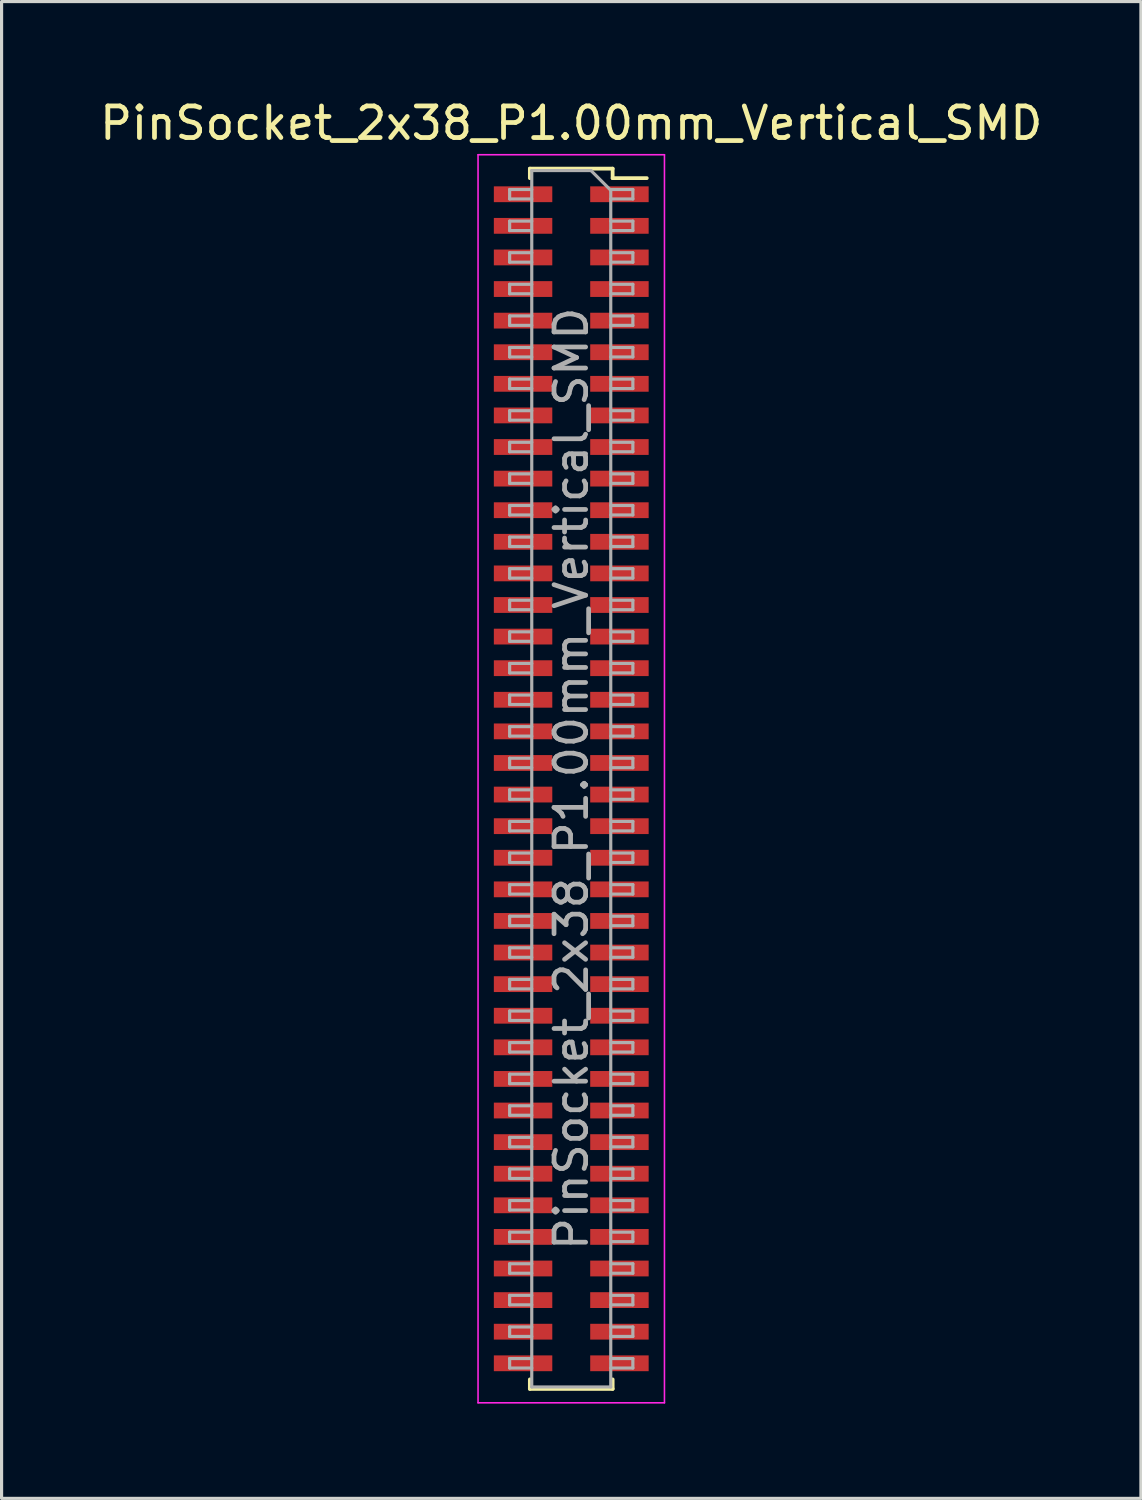
<source format=kicad_pcb>
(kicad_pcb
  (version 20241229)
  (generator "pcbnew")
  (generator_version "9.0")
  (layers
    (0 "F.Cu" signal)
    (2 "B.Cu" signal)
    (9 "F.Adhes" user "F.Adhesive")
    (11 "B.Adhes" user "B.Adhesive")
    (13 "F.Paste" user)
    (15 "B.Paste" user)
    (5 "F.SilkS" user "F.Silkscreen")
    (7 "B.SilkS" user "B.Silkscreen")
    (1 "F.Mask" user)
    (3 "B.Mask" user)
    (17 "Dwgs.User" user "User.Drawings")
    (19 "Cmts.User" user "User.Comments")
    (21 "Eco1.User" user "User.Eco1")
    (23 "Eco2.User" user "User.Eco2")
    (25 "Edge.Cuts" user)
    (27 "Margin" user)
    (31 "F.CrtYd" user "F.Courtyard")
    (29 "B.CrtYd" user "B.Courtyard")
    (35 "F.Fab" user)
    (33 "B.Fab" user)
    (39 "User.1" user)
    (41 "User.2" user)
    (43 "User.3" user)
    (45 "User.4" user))
  (footprint "PinSocket_2x38_P1.00mm_Vertical_SMD"
    (layer "F.Cu")
    (at 15.03 21.598)
    (property "Reference" "PinSocket_2x38_P1.00mm_Vertical_SMD" (at 0 -20.75 0) (layer "F.SilkS") (effects (font (size 1 1) (thickness 0.15))))
    (attr smd)
    (fp_line (start -1.31 -19.31) (end -1.31 -19.01) (stroke (width 0.12) (type solid)) (layer "F.SilkS"))
    (fp_line (start -1.31 -19.31) (end 1.31 -19.31) (stroke (width 0.12) (type solid)) (layer "F.SilkS"))
    (fp_line (start -1.31 19.01) (end -1.31 19.31) (stroke (width 0.12) (type solid)) (layer "F.SilkS"))
    (fp_line (start -1.31 19.31) (end 1.31 19.31) (stroke (width 0.12) (type solid)) (layer "F.SilkS"))
    (fp_line (start 1.31 -19.31) (end 1.31 -19.01) (stroke (width 0.12) (type solid)) (layer "F.SilkS"))
    (fp_line (start 1.31 -19.01) (end 2.39 -19.01) (stroke (width 0.12) (type solid)) (layer "F.SilkS"))
    (fp_line (start 1.31 19.01) (end 1.31 19.31) (stroke (width 0.12) (type solid)) (layer "F.SilkS"))
    (fp_line (start -2.95 -19.75) (end 2.95 -19.75) (stroke (width 0.05) (type solid)) (layer "F.CrtYd"))
    (fp_line (start -2.95 19.75) (end -2.95 -19.75) (stroke (width 0.05) (type solid)) (layer "F.CrtYd"))
    (fp_line (start 2.95 -19.75) (end 2.95 19.75) (stroke (width 0.05) (type solid)) (layer "F.CrtYd"))
    (fp_line (start 2.95 19.75) (end -2.95 19.75) (stroke (width 0.05) (type solid)) (layer "F.CrtYd"))
    (fp_line (start -1.95 -18.65) (end -1.25 -18.65) (stroke (width 0.1) (type solid)) (layer "F.Fab"))
    (fp_line (start -1.95 -18.35) (end -1.95 -18.65) (stroke (width 0.1) (type solid)) (layer "F.Fab"))
    (fp_line (start -1.95 -17.65) (end -1.25 -17.65) (stroke (width 0.1) (type solid)) (layer "F.Fab"))
    (fp_line (start -1.95 -17.35) (end -1.95 -17.65) (stroke (width 0.1) (type solid)) (layer "F.Fab"))
    (fp_line (start -1.95 -16.65) (end -1.25 -16.65) (stroke (width 0.1) (type solid)) (layer "F.Fab"))
    (fp_line (start -1.95 -16.35) (end -1.95 -16.65) (stroke (width 0.1) (type solid)) (layer "F.Fab"))
    (fp_line (start -1.95 -15.65) (end -1.25 -15.65) (stroke (width 0.1) (type solid)) (layer "F.Fab"))
    (fp_line (start -1.95 -15.35) (end -1.95 -15.65) (stroke (width 0.1) (type solid)) (layer "F.Fab"))
    (fp_line (start -1.95 -14.65) (end -1.25 -14.65) (stroke (width 0.1) (type solid)) (layer "F.Fab"))
    (fp_line (start -1.95 -14.35) (end -1.95 -14.65) (stroke (width 0.1) (type solid)) (layer "F.Fab"))
    (fp_line (start -1.95 -13.65) (end -1.25 -13.65) (stroke (width 0.1) (type solid)) (layer "F.Fab"))
    (fp_line (start -1.95 -13.35) (end -1.95 -13.65) (stroke (width 0.1) (type solid)) (layer "F.Fab"))
    (fp_line (start -1.95 -12.65) (end -1.25 -12.65) (stroke (width 0.1) (type solid)) (layer "F.Fab"))
    (fp_line (start -1.95 -12.35) (end -1.95 -12.65) (stroke (width 0.1) (type solid)) (layer "F.Fab"))
    (fp_line (start -1.95 -11.65) (end -1.25 -11.65) (stroke (width 0.1) (type solid)) (layer "F.Fab"))
    (fp_line (start -1.95 -11.35) (end -1.95 -11.65) (stroke (width 0.1) (type solid)) (layer "F.Fab"))
    (fp_line (start -1.95 -10.65) (end -1.25 -10.65) (stroke (width 0.1) (type solid)) (layer "F.Fab"))
    (fp_line (start -1.95 -10.35) (end -1.95 -10.65) (stroke (width 0.1) (type solid)) (layer "F.Fab"))
    (fp_line (start -1.95 -9.65) (end -1.25 -9.65) (stroke (width 0.1) (type solid)) (layer "F.Fab"))
    (fp_line (start -1.95 -9.35) (end -1.95 -9.65) (stroke (width 0.1) (type solid)) (layer "F.Fab"))
    (fp_line (start -1.95 -8.65) (end -1.25 -8.65) (stroke (width 0.1) (type solid)) (layer "F.Fab"))
    (fp_line (start -1.95 -8.35) (end -1.95 -8.65) (stroke (width 0.1) (type solid)) (layer "F.Fab"))
    (fp_line (start -1.95 -7.65) (end -1.25 -7.65) (stroke (width 0.1) (type solid)) (layer "F.Fab"))
    (fp_line (start -1.95 -7.35) (end -1.95 -7.65) (stroke (width 0.1) (type solid)) (layer "F.Fab"))
    (fp_line (start -1.95 -6.65) (end -1.25 -6.65) (stroke (width 0.1) (type solid)) (layer "F.Fab"))
    (fp_line (start -1.95 -6.35) (end -1.95 -6.65) (stroke (width 0.1) (type solid)) (layer "F.Fab"))
    (fp_line (start -1.95 -5.65) (end -1.25 -5.65) (stroke (width 0.1) (type solid)) (layer "F.Fab"))
    (fp_line (start -1.95 -5.35) (end -1.95 -5.65) (stroke (width 0.1) (type solid)) (layer "F.Fab"))
    (fp_line (start -1.95 -4.65) (end -1.25 -4.65) (stroke (width 0.1) (type solid)) (layer "F.Fab"))
    (fp_line (start -1.95 -4.35) (end -1.95 -4.65) (stroke (width 0.1) (type solid)) (layer "F.Fab"))
    (fp_line (start -1.95 -3.65) (end -1.25 -3.65) (stroke (width 0.1) (type solid)) (layer "F.Fab"))
    (fp_line (start -1.95 -3.35) (end -1.95 -3.65) (stroke (width 0.1) (type solid)) (layer "F.Fab"))
    (fp_line (start -1.95 -2.65) (end -1.25 -2.65) (stroke (width 0.1) (type solid)) (layer "F.Fab"))
    (fp_line (start -1.95 -2.35) (end -1.95 -2.65) (stroke (width 0.1) (type solid)) (layer "F.Fab"))
    (fp_line (start -1.95 -1.65) (end -1.25 -1.65) (stroke (width 0.1) (type solid)) (layer "F.Fab"))
    (fp_line (start -1.95 -1.35) (end -1.95 -1.65) (stroke (width 0.1) (type solid)) (layer "F.Fab"))
    (fp_line (start -1.95 -0.65) (end -1.25 -0.65) (stroke (width 0.1) (type solid)) (layer "F.Fab"))
    (fp_line (start -1.95 -0.35) (end -1.95 -0.65) (stroke (width 0.1) (type solid)) (layer "F.Fab"))
    (fp_line (start -1.95 0.35) (end -1.25 0.35) (stroke (width 0.1) (type solid)) (layer "F.Fab"))
    (fp_line (start -1.95 0.65) (end -1.95 0.35) (stroke (width 0.1) (type solid)) (layer "F.Fab"))
    (fp_line (start -1.95 1.35) (end -1.25 1.35) (stroke (width 0.1) (type solid)) (layer "F.Fab"))
    (fp_line (start -1.95 1.65) (end -1.95 1.35) (stroke (width 0.1) (type solid)) (layer "F.Fab"))
    (fp_line (start -1.95 2.35) (end -1.25 2.35) (stroke (width 0.1) (type solid)) (layer "F.Fab"))
    (fp_line (start -1.95 2.65) (end -1.95 2.35) (stroke (width 0.1) (type solid)) (layer "F.Fab"))
    (fp_line (start -1.95 3.35) (end -1.25 3.35) (stroke (width 0.1) (type solid)) (layer "F.Fab"))
    (fp_line (start -1.95 3.65) (end -1.95 3.35) (stroke (width 0.1) (type solid)) (layer "F.Fab"))
    (fp_line (start -1.95 4.35) (end -1.25 4.35) (stroke (width 0.1) (type solid)) (layer "F.Fab"))
    (fp_line (start -1.95 4.65) (end -1.95 4.35) (stroke (width 0.1) (type solid)) (layer "F.Fab"))
    (fp_line (start -1.95 5.35) (end -1.25 5.35) (stroke (width 0.1) (type solid)) (layer "F.Fab"))
    (fp_line (start -1.95 5.65) (end -1.95 5.35) (stroke (width 0.1) (type solid)) (layer "F.Fab"))
    (fp_line (start -1.95 6.35) (end -1.25 6.35) (stroke (width 0.1) (type solid)) (layer "F.Fab"))
    (fp_line (start -1.95 6.65) (end -1.95 6.35) (stroke (width 0.1) (type solid)) (layer "F.Fab"))
    (fp_line (start -1.95 7.35) (end -1.25 7.35) (stroke (width 0.1) (type solid)) (layer "F.Fab"))
    (fp_line (start -1.95 7.65) (end -1.95 7.35) (stroke (width 0.1) (type solid)) (layer "F.Fab"))
    (fp_line (start -1.95 8.35) (end -1.25 8.35) (stroke (width 0.1) (type solid)) (layer "F.Fab"))
    (fp_line (start -1.95 8.65) (end -1.95 8.35) (stroke (width 0.1) (type solid)) (layer "F.Fab"))
    (fp_line (start -1.95 9.35) (end -1.25 9.35) (stroke (width 0.1) (type solid)) (layer "F.Fab"))
    (fp_line (start -1.95 9.65) (end -1.95 9.35) (stroke (width 0.1) (type solid)) (layer "F.Fab"))
    (fp_line (start -1.95 10.35) (end -1.25 10.35) (stroke (width 0.1) (type solid)) (layer "F.Fab"))
    (fp_line (start -1.95 10.65) (end -1.95 10.35) (stroke (width 0.1) (type solid)) (layer "F.Fab"))
    (fp_line (start -1.95 11.35) (end -1.25 11.35) (stroke (width 0.1) (type solid)) (layer "F.Fab"))
    (fp_line (start -1.95 11.65) (end -1.95 11.35) (stroke (width 0.1) (type solid)) (layer "F.Fab"))
    (fp_line (start -1.95 12.35) (end -1.25 12.35) (stroke (width 0.1) (type solid)) (layer "F.Fab"))
    (fp_line (start -1.95 12.65) (end -1.95 12.35) (stroke (width 0.1) (type solid)) (layer "F.Fab"))
    (fp_line (start -1.95 13.35) (end -1.25 13.35) (stroke (width 0.1) (type solid)) (layer "F.Fab"))
    (fp_line (start -1.95 13.65) (end -1.95 13.35) (stroke (width 0.1) (type solid)) (layer "F.Fab"))
    (fp_line (start -1.95 14.35) (end -1.25 14.35) (stroke (width 0.1) (type solid)) (layer "F.Fab"))
    (fp_line (start -1.95 14.65) (end -1.95 14.35) (stroke (width 0.1) (type solid)) (layer "F.Fab"))
    (fp_line (start -1.95 15.35) (end -1.25 15.35) (stroke (width 0.1) (type solid)) (layer "F.Fab"))
    (fp_line (start -1.95 15.65) (end -1.95 15.35) (stroke (width 0.1) (type solid)) (layer "F.Fab"))
    (fp_line (start -1.95 16.35) (end -1.25 16.35) (stroke (width 0.1) (type solid)) (layer "F.Fab"))
    (fp_line (start -1.95 16.65) (end -1.95 16.35) (stroke (width 0.1) (type solid)) (layer "F.Fab"))
    (fp_line (start -1.95 17.35) (end -1.25 17.35) (stroke (width 0.1) (type solid)) (layer "F.Fab"))
    (fp_line (start -1.95 17.65) (end -1.95 17.35) (stroke (width 0.1) (type solid)) (layer "F.Fab"))
    (fp_line (start -1.95 18.35) (end -1.25 18.35) (stroke (width 0.1) (type solid)) (layer "F.Fab"))
    (fp_line (start -1.95 18.65) (end -1.95 18.35) (stroke (width 0.1) (type solid)) (layer "F.Fab"))
    (fp_line (start -1.25 -19.25) (end 0.625 -19.25) (stroke (width 0.1) (type solid)) (layer "F.Fab"))
    (fp_line (start -1.25 -18.35) (end -1.95 -18.35) (stroke (width 0.1) (type solid)) (layer "F.Fab"))
    (fp_line (start -1.25 -17.35) (end -1.95 -17.35) (stroke (width 0.1) (type solid)) (layer "F.Fab"))
    (fp_line (start -1.25 -16.35) (end -1.95 -16.35) (stroke (width 0.1) (type solid)) (layer "F.Fab"))
    (fp_line (start -1.25 -15.35) (end -1.95 -15.35) (stroke (width 0.1) (type solid)) (layer "F.Fab"))
    (fp_line (start -1.25 -14.35) (end -1.95 -14.35) (stroke (width 0.1) (type solid)) (layer "F.Fab"))
    (fp_line (start -1.25 -13.35) (end -1.95 -13.35) (stroke (width 0.1) (type solid)) (layer "F.Fab"))
    (fp_line (start -1.25 -12.35) (end -1.95 -12.35) (stroke (width 0.1) (type solid)) (layer "F.Fab"))
    (fp_line (start -1.25 -11.35) (end -1.95 -11.35) (stroke (width 0.1) (type solid)) (layer "F.Fab"))
    (fp_line (start -1.25 -10.35) (end -1.95 -10.35) (stroke (width 0.1) (type solid)) (layer "F.Fab"))
    (fp_line (start -1.25 -9.35) (end -1.95 -9.35) (stroke (width 0.1) (type solid)) (layer "F.Fab"))
    (fp_line (start -1.25 -8.35) (end -1.95 -8.35) (stroke (width 0.1) (type solid)) (layer "F.Fab"))
    (fp_line (start -1.25 -7.35) (end -1.95 -7.35) (stroke (width 0.1) (type solid)) (layer "F.Fab"))
    (fp_line (start -1.25 -6.35) (end -1.95 -6.35) (stroke (width 0.1) (type solid)) (layer "F.Fab"))
    (fp_line (start -1.25 -5.35) (end -1.95 -5.35) (stroke (width 0.1) (type solid)) (layer "F.Fab"))
    (fp_line (start -1.25 -4.35) (end -1.95 -4.35) (stroke (width 0.1) (type solid)) (layer "F.Fab"))
    (fp_line (start -1.25 -3.35) (end -1.95 -3.35) (stroke (width 0.1) (type solid)) (layer "F.Fab"))
    (fp_line (start -1.25 -2.35) (end -1.95 -2.35) (stroke (width 0.1) (type solid)) (layer "F.Fab"))
    (fp_line (start -1.25 -1.35) (end -1.95 -1.35) (stroke (width 0.1) (type solid)) (layer "F.Fab"))
    (fp_line (start -1.25 -0.35) (end -1.95 -0.35) (stroke (width 0.1) (type solid)) (layer "F.Fab"))
    (fp_line (start -1.25 0.65) (end -1.95 0.65) (stroke (width 0.1) (type solid)) (layer "F.Fab"))
    (fp_line (start -1.25 1.65) (end -1.95 1.65) (stroke (width 0.1) (type solid)) (layer "F.Fab"))
    (fp_line (start -1.25 2.65) (end -1.95 2.65) (stroke (width 0.1) (type solid)) (layer "F.Fab"))
    (fp_line (start -1.25 3.65) (end -1.95 3.65) (stroke (width 0.1) (type solid)) (layer "F.Fab"))
    (fp_line (start -1.25 4.65) (end -1.95 4.65) (stroke (width 0.1) (type solid)) (layer "F.Fab"))
    (fp_line (start -1.25 5.65) (end -1.95 5.65) (stroke (width 0.1) (type solid)) (layer "F.Fab"))
    (fp_line (start -1.25 6.65) (end -1.95 6.65) (stroke (width 0.1) (type solid)) (layer "F.Fab"))
    (fp_line (start -1.25 7.65) (end -1.95 7.65) (stroke (width 0.1) (type solid)) (layer "F.Fab"))
    (fp_line (start -1.25 8.65) (end -1.95 8.65) (stroke (width 0.1) (type solid)) (layer "F.Fab"))
    (fp_line (start -1.25 9.65) (end -1.95 9.65) (stroke (width 0.1) (type solid)) (layer "F.Fab"))
    (fp_line (start -1.25 10.65) (end -1.95 10.65) (stroke (width 0.1) (type solid)) (layer "F.Fab"))
    (fp_line (start -1.25 11.65) (end -1.95 11.65) (stroke (width 0.1) (type solid)) (layer "F.Fab"))
    (fp_line (start -1.25 12.65) (end -1.95 12.65) (stroke (width 0.1) (type solid)) (layer "F.Fab"))
    (fp_line (start -1.25 13.65) (end -1.95 13.65) (stroke (width 0.1) (type solid)) (layer "F.Fab"))
    (fp_line (start -1.25 14.65) (end -1.95 14.65) (stroke (width 0.1) (type solid)) (layer "F.Fab"))
    (fp_line (start -1.25 15.65) (end -1.95 15.65) (stroke (width 0.1) (type solid)) (layer "F.Fab"))
    (fp_line (start -1.25 16.65) (end -1.95 16.65) (stroke (width 0.1) (type solid)) (layer "F.Fab"))
    (fp_line (start -1.25 17.65) (end -1.95 17.65) (stroke (width 0.1) (type solid)) (layer "F.Fab"))
    (fp_line (start -1.25 18.65) (end -1.95 18.65) (stroke (width 0.1) (type solid)) (layer "F.Fab"))
    (fp_line (start -1.25 19.25) (end -1.25 -19.25) (stroke (width 0.1) (type solid)) (layer "F.Fab"))
    (fp_line (start 0.625 -19.25) (end 1.25 -18.625) (stroke (width 0.1) (type solid)) (layer "F.Fab"))
    (fp_line (start 1.25 -18.65) (end 1.95 -18.65) (stroke (width 0.1) (type solid)) (layer "F.Fab"))
    (fp_line (start 1.25 -18.625) (end 1.25 19.25) (stroke (width 0.1) (type solid)) (layer "F.Fab"))
    (fp_line (start 1.25 -17.65) (end 1.95 -17.65) (stroke (width 0.1) (type solid)) (layer "F.Fab"))
    (fp_line (start 1.25 -16.65) (end 1.95 -16.65) (stroke (width 0.1) (type solid)) (layer "F.Fab"))
    (fp_line (start 1.25 -15.65) (end 1.95 -15.65) (stroke (width 0.1) (type solid)) (layer "F.Fab"))
    (fp_line (start 1.25 -14.65) (end 1.95 -14.65) (stroke (width 0.1) (type solid)) (layer "F.Fab"))
    (fp_line (start 1.25 -13.65) (end 1.95 -13.65) (stroke (width 0.1) (type solid)) (layer "F.Fab"))
    (fp_line (start 1.25 -12.65) (end 1.95 -12.65) (stroke (width 0.1) (type solid)) (layer "F.Fab"))
    (fp_line (start 1.25 -11.65) (end 1.95 -11.65) (stroke (width 0.1) (type solid)) (layer "F.Fab"))
    (fp_line (start 1.25 -10.65) (end 1.95 -10.65) (stroke (width 0.1) (type solid)) (layer "F.Fab"))
    (fp_line (start 1.25 -9.65) (end 1.95 -9.65) (stroke (width 0.1) (type solid)) (layer "F.Fab"))
    (fp_line (start 1.25 -8.65) (end 1.95 -8.65) (stroke (width 0.1) (type solid)) (layer "F.Fab"))
    (fp_line (start 1.25 -7.65) (end 1.95 -7.65) (stroke (width 0.1) (type solid)) (layer "F.Fab"))
    (fp_line (start 1.25 -6.65) (end 1.95 -6.65) (stroke (width 0.1) (type solid)) (layer "F.Fab"))
    (fp_line (start 1.25 -5.65) (end 1.95 -5.65) (stroke (width 0.1) (type solid)) (layer "F.Fab"))
    (fp_line (start 1.25 -4.65) (end 1.95 -4.65) (stroke (width 0.1) (type solid)) (layer "F.Fab"))
    (fp_line (start 1.25 -3.65) (end 1.95 -3.65) (stroke (width 0.1) (type solid)) (layer "F.Fab"))
    (fp_line (start 1.25 -2.65) (end 1.95 -2.65) (stroke (width 0.1) (type solid)) (layer "F.Fab"))
    (fp_line (start 1.25 -1.65) (end 1.95 -1.65) (stroke (width 0.1) (type solid)) (layer "F.Fab"))
    (fp_line (start 1.25 -0.65) (end 1.95 -0.65) (stroke (width 0.1) (type solid)) (layer "F.Fab"))
    (fp_line (start 1.25 0.35) (end 1.95 0.35) (stroke (width 0.1) (type solid)) (layer "F.Fab"))
    (fp_line (start 1.25 1.35) (end 1.95 1.35) (stroke (width 0.1) (type solid)) (layer "F.Fab"))
    (fp_line (start 1.25 2.35) (end 1.95 2.35) (stroke (width 0.1) (type solid)) (layer "F.Fab"))
    (fp_line (start 1.25 3.35) (end 1.95 3.35) (stroke (width 0.1) (type solid)) (layer "F.Fab"))
    (fp_line (start 1.25 4.35) (end 1.95 4.35) (stroke (width 0.1) (type solid)) (layer "F.Fab"))
    (fp_line (start 1.25 5.35) (end 1.95 5.35) (stroke (width 0.1) (type solid)) (layer "F.Fab"))
    (fp_line (start 1.25 6.35) (end 1.95 6.35) (stroke (width 0.1) (type solid)) (layer "F.Fab"))
    (fp_line (start 1.25 7.35) (end 1.95 7.35) (stroke (width 0.1) (type solid)) (layer "F.Fab"))
    (fp_line (start 1.25 8.35) (end 1.95 8.35) (stroke (width 0.1) (type solid)) (layer "F.Fab"))
    (fp_line (start 1.25 9.35) (end 1.95 9.35) (stroke (width 0.1) (type solid)) (layer "F.Fab"))
    (fp_line (start 1.25 10.35) (end 1.95 10.35) (stroke (width 0.1) (type solid)) (layer "F.Fab"))
    (fp_line (start 1.25 11.35) (end 1.95 11.35) (stroke (width 0.1) (type solid)) (layer "F.Fab"))
    (fp_line (start 1.25 12.35) (end 1.95 12.35) (stroke (width 0.1) (type solid)) (layer "F.Fab"))
    (fp_line (start 1.25 13.35) (end 1.95 13.35) (stroke (width 0.1) (type solid)) (layer "F.Fab"))
    (fp_line (start 1.25 14.35) (end 1.95 14.35) (stroke (width 0.1) (type solid)) (layer "F.Fab"))
    (fp_line (start 1.25 15.35) (end 1.95 15.35) (stroke (width 0.1) (type solid)) (layer "F.Fab"))
    (fp_line (start 1.25 16.35) (end 1.95 16.35) (stroke (width 0.1) (type solid)) (layer "F.Fab"))
    (fp_line (start 1.25 17.35) (end 1.95 17.35) (stroke (width 0.1) (type solid)) (layer "F.Fab"))
    (fp_line (start 1.25 18.35) (end 1.95 18.35) (stroke (width 0.1) (type solid)) (layer "F.Fab"))
    (fp_line (start 1.25 19.25) (end -1.25 19.25) (stroke (width 0.1) (type solid)) (layer "F.Fab"))
    (fp_line (start 1.95 -18.65) (end 1.95 -18.35) (stroke (width 0.1) (type solid)) (layer "F.Fab"))
    (fp_line (start 1.95 -18.35) (end 1.25 -18.35) (stroke (width 0.1) (type solid)) (layer "F.Fab"))
    (fp_line (start 1.95 -17.65) (end 1.95 -17.35) (stroke (width 0.1) (type solid)) (layer "F.Fab"))
    (fp_line (start 1.95 -17.35) (end 1.25 -17.35) (stroke (width 0.1) (type solid)) (layer "F.Fab"))
    (fp_line (start 1.95 -16.65) (end 1.95 -16.35) (stroke (width 0.1) (type solid)) (layer "F.Fab"))
    (fp_line (start 1.95 -16.35) (end 1.25 -16.35) (stroke (width 0.1) (type solid)) (layer "F.Fab"))
    (fp_line (start 1.95 -15.65) (end 1.95 -15.35) (stroke (width 0.1) (type solid)) (layer "F.Fab"))
    (fp_line (start 1.95 -15.35) (end 1.25 -15.35) (stroke (width 0.1) (type solid)) (layer "F.Fab"))
    (fp_line (start 1.95 -14.65) (end 1.95 -14.35) (stroke (width 0.1) (type solid)) (layer "F.Fab"))
    (fp_line (start 1.95 -14.35) (end 1.25 -14.35) (stroke (width 0.1) (type solid)) (layer "F.Fab"))
    (fp_line (start 1.95 -13.65) (end 1.95 -13.35) (stroke (width 0.1) (type solid)) (layer "F.Fab"))
    (fp_line (start 1.95 -13.35) (end 1.25 -13.35) (stroke (width 0.1) (type solid)) (layer "F.Fab"))
    (fp_line (start 1.95 -12.65) (end 1.95 -12.35) (stroke (width 0.1) (type solid)) (layer "F.Fab"))
    (fp_line (start 1.95 -12.35) (end 1.25 -12.35) (stroke (width 0.1) (type solid)) (layer "F.Fab"))
    (fp_line (start 1.95 -11.65) (end 1.95 -11.35) (stroke (width 0.1) (type solid)) (layer "F.Fab"))
    (fp_line (start 1.95 -11.35) (end 1.25 -11.35) (stroke (width 0.1) (type solid)) (layer "F.Fab"))
    (fp_line (start 1.95 -10.65) (end 1.95 -10.35) (stroke (width 0.1) (type solid)) (layer "F.Fab"))
    (fp_line (start 1.95 -10.35) (end 1.25 -10.35) (stroke (width 0.1) (type solid)) (layer "F.Fab"))
    (fp_line (start 1.95 -9.65) (end 1.95 -9.35) (stroke (width 0.1) (type solid)) (layer "F.Fab"))
    (fp_line (start 1.95 -9.35) (end 1.25 -9.35) (stroke (width 0.1) (type solid)) (layer "F.Fab"))
    (fp_line (start 1.95 -8.65) (end 1.95 -8.35) (stroke (width 0.1) (type solid)) (layer "F.Fab"))
    (fp_line (start 1.95 -8.35) (end 1.25 -8.35) (stroke (width 0.1) (type solid)) (layer "F.Fab"))
    (fp_line (start 1.95 -7.65) (end 1.95 -7.35) (stroke (width 0.1) (type solid)) (layer "F.Fab"))
    (fp_line (start 1.95 -7.35) (end 1.25 -7.35) (stroke (width 0.1) (type solid)) (layer "F.Fab"))
    (fp_line (start 1.95 -6.65) (end 1.95 -6.35) (stroke (width 0.1) (type solid)) (layer "F.Fab"))
    (fp_line (start 1.95 -6.35) (end 1.25 -6.35) (stroke (width 0.1) (type solid)) (layer "F.Fab"))
    (fp_line (start 1.95 -5.65) (end 1.95 -5.35) (stroke (width 0.1) (type solid)) (layer "F.Fab"))
    (fp_line (start 1.95 -5.35) (end 1.25 -5.35) (stroke (width 0.1) (type solid)) (layer "F.Fab"))
    (fp_line (start 1.95 -4.65) (end 1.95 -4.35) (stroke (width 0.1) (type solid)) (layer "F.Fab"))
    (fp_line (start 1.95 -4.35) (end 1.25 -4.35) (stroke (width 0.1) (type solid)) (layer "F.Fab"))
    (fp_line (start 1.95 -3.65) (end 1.95 -3.35) (stroke (width 0.1) (type solid)) (layer "F.Fab"))
    (fp_line (start 1.95 -3.35) (end 1.25 -3.35) (stroke (width 0.1) (type solid)) (layer "F.Fab"))
    (fp_line (start 1.95 -2.65) (end 1.95 -2.35) (stroke (width 0.1) (type solid)) (layer "F.Fab"))
    (fp_line (start 1.95 -2.35) (end 1.25 -2.35) (stroke (width 0.1) (type solid)) (layer "F.Fab"))
    (fp_line (start 1.95 -1.65) (end 1.95 -1.35) (stroke (width 0.1) (type solid)) (layer "F.Fab"))
    (fp_line (start 1.95 -1.35) (end 1.25 -1.35) (stroke (width 0.1) (type solid)) (layer "F.Fab"))
    (fp_line (start 1.95 -0.65) (end 1.95 -0.35) (stroke (width 0.1) (type solid)) (layer "F.Fab"))
    (fp_line (start 1.95 -0.35) (end 1.25 -0.35) (stroke (width 0.1) (type solid)) (layer "F.Fab"))
    (fp_line (start 1.95 0.35) (end 1.95 0.65) (stroke (width 0.1) (type solid)) (layer "F.Fab"))
    (fp_line (start 1.95 0.65) (end 1.25 0.65) (stroke (width 0.1) (type solid)) (layer "F.Fab"))
    (fp_line (start 1.95 1.35) (end 1.95 1.65) (stroke (width 0.1) (type solid)) (layer "F.Fab"))
    (fp_line (start 1.95 1.65) (end 1.25 1.65) (stroke (width 0.1) (type solid)) (layer "F.Fab"))
    (fp_line (start 1.95 2.35) (end 1.95 2.65) (stroke (width 0.1) (type solid)) (layer "F.Fab"))
    (fp_line (start 1.95 2.65) (end 1.25 2.65) (stroke (width 0.1) (type solid)) (layer "F.Fab"))
    (fp_line (start 1.95 3.35) (end 1.95 3.65) (stroke (width 0.1) (type solid)) (layer "F.Fab"))
    (fp_line (start 1.95 3.65) (end 1.25 3.65) (stroke (width 0.1) (type solid)) (layer "F.Fab"))
    (fp_line (start 1.95 4.35) (end 1.95 4.65) (stroke (width 0.1) (type solid)) (layer "F.Fab"))
    (fp_line (start 1.95 4.65) (end 1.25 4.65) (stroke (width 0.1) (type solid)) (layer "F.Fab"))
    (fp_line (start 1.95 5.35) (end 1.95 5.65) (stroke (width 0.1) (type solid)) (layer "F.Fab"))
    (fp_line (start 1.95 5.65) (end 1.25 5.65) (stroke (width 0.1) (type solid)) (layer "F.Fab"))
    (fp_line (start 1.95 6.35) (end 1.95 6.65) (stroke (width 0.1) (type solid)) (layer "F.Fab"))
    (fp_line (start 1.95 6.65) (end 1.25 6.65) (stroke (width 0.1) (type solid)) (layer "F.Fab"))
    (fp_line (start 1.95 7.35) (end 1.95 7.65) (stroke (width 0.1) (type solid)) (layer "F.Fab"))
    (fp_line (start 1.95 7.65) (end 1.25 7.65) (stroke (width 0.1) (type solid)) (layer "F.Fab"))
    (fp_line (start 1.95 8.35) (end 1.95 8.65) (stroke (width 0.1) (type solid)) (layer "F.Fab"))
    (fp_line (start 1.95 8.65) (end 1.25 8.65) (stroke (width 0.1) (type solid)) (layer "F.Fab"))
    (fp_line (start 1.95 9.35) (end 1.95 9.65) (stroke (width 0.1) (type solid)) (layer "F.Fab"))
    (fp_line (start 1.95 9.65) (end 1.25 9.65) (stroke (width 0.1) (type solid)) (layer "F.Fab"))
    (fp_line (start 1.95 10.35) (end 1.95 10.65) (stroke (width 0.1) (type solid)) (layer "F.Fab"))
    (fp_line (start 1.95 10.65) (end 1.25 10.65) (stroke (width 0.1) (type solid)) (layer "F.Fab"))
    (fp_line (start 1.95 11.35) (end 1.95 11.65) (stroke (width 0.1) (type solid)) (layer "F.Fab"))
    (fp_line (start 1.95 11.65) (end 1.25 11.65) (stroke (width 0.1) (type solid)) (layer "F.Fab"))
    (fp_line (start 1.95 12.35) (end 1.95 12.65) (stroke (width 0.1) (type solid)) (layer "F.Fab"))
    (fp_line (start 1.95 12.65) (end 1.25 12.65) (stroke (width 0.1) (type solid)) (layer "F.Fab"))
    (fp_line (start 1.95 13.35) (end 1.95 13.65) (stroke (width 0.1) (type solid)) (layer "F.Fab"))
    (fp_line (start 1.95 13.65) (end 1.25 13.65) (stroke (width 0.1) (type solid)) (layer "F.Fab"))
    (fp_line (start 1.95 14.35) (end 1.95 14.65) (stroke (width 0.1) (type solid)) (layer "F.Fab"))
    (fp_line (start 1.95 14.65) (end 1.25 14.65) (stroke (width 0.1) (type solid)) (layer "F.Fab"))
    (fp_line (start 1.95 15.35) (end 1.95 15.65) (stroke (width 0.1) (type solid)) (layer "F.Fab"))
    (fp_line (start 1.95 15.65) (end 1.25 15.65) (stroke (width 0.1) (type solid)) (layer "F.Fab"))
    (fp_line (start 1.95 16.35) (end 1.95 16.65) (stroke (width 0.1) (type solid)) (layer "F.Fab"))
    (fp_line (start 1.95 16.65) (end 1.25 16.65) (stroke (width 0.1) (type solid)) (layer "F.Fab"))
    (fp_line (start 1.95 17.35) (end 1.95 17.65) (stroke (width 0.1) (type solid)) (layer "F.Fab"))
    (fp_line (start 1.95 17.65) (end 1.25 17.65) (stroke (width 0.1) (type solid)) (layer "F.Fab"))
    (fp_line (start 1.95 18.35) (end 1.95 18.65) (stroke (width 0.1) (type solid)) (layer "F.Fab"))
    (fp_line (start 1.95 18.65) (end 1.25 18.65) (stroke (width 0.1) (type solid)) (layer "F.Fab"))
    (fp_text user "${REFERENCE}" (at 0 0 90) (layer "F.Fab") (effects (font (size 1 1) (thickness 0.15))))
    (pad "1" smd rect (at 1.525 -18.5) (size 1.85 0.5) (layers "F.Cu" "F.Mask" "F.Paste"))
    (pad "2" smd rect (at -1.525 -18.5) (size 1.85 0.5) (layers "F.Cu" "F.Mask" "F.Paste"))
    (pad "3" smd rect (at 1.525 -17.5) (size 1.85 0.5) (layers "F.Cu" "F.Mask" "F.Paste"))
    (pad "4" smd rect (at -1.525 -17.5) (size 1.85 0.5) (layers "F.Cu" "F.Mask" "F.Paste"))
    (pad "5" smd rect (at 1.525 -16.5) (size 1.85 0.5) (layers "F.Cu" "F.Mask" "F.Paste"))
    (pad "6" smd rect (at -1.525 -16.5) (size 1.85 0.5) (layers "F.Cu" "F.Mask" "F.Paste"))
    (pad "7" smd rect (at 1.525 -15.5) (size 1.85 0.5) (layers "F.Cu" "F.Mask" "F.Paste"))
    (pad "8" smd rect (at -1.525 -15.5) (size 1.85 0.5) (layers "F.Cu" "F.Mask" "F.Paste"))
    (pad "9" smd rect (at 1.525 -14.5) (size 1.85 0.5) (layers "F.Cu" "F.Mask" "F.Paste"))
    (pad "10" smd rect (at -1.525 -14.5) (size 1.85 0.5) (layers "F.Cu" "F.Mask" "F.Paste"))
    (pad "11" smd rect (at 1.525 -13.5) (size 1.85 0.5) (layers "F.Cu" "F.Mask" "F.Paste"))
    (pad "12" smd rect (at -1.525 -13.5) (size 1.85 0.5) (layers "F.Cu" "F.Mask" "F.Paste"))
    (pad "13" smd rect (at 1.525 -12.5) (size 1.85 0.5) (layers "F.Cu" "F.Mask" "F.Paste"))
    (pad "14" smd rect (at -1.525 -12.5) (size 1.85 0.5) (layers "F.Cu" "F.Mask" "F.Paste"))
    (pad "15" smd rect (at 1.525 -11.5) (size 1.85 0.5) (layers "F.Cu" "F.Mask" "F.Paste"))
    (pad "16" smd rect (at -1.525 -11.5) (size 1.85 0.5) (layers "F.Cu" "F.Mask" "F.Paste"))
    (pad "17" smd rect (at 1.525 -10.5) (size 1.85 0.5) (layers "F.Cu" "F.Mask" "F.Paste"))
    (pad "18" smd rect (at -1.525 -10.5) (size 1.85 0.5) (layers "F.Cu" "F.Mask" "F.Paste"))
    (pad "19" smd rect (at 1.525 -9.5) (size 1.85 0.5) (layers "F.Cu" "F.Mask" "F.Paste"))
    (pad "20" smd rect (at -1.525 -9.5) (size 1.85 0.5) (layers "F.Cu" "F.Mask" "F.Paste"))
    (pad "21" smd rect (at 1.525 -8.5) (size 1.85 0.5) (layers "F.Cu" "F.Mask" "F.Paste"))
    (pad "22" smd rect (at -1.525 -8.5) (size 1.85 0.5) (layers "F.Cu" "F.Mask" "F.Paste"))
    (pad "23" smd rect (at 1.525 -7.5) (size 1.85 0.5) (layers "F.Cu" "F.Mask" "F.Paste"))
    (pad "24" smd rect (at -1.525 -7.5) (size 1.85 0.5) (layers "F.Cu" "F.Mask" "F.Paste"))
    (pad "25" smd rect (at 1.525 -6.5) (size 1.85 0.5) (layers "F.Cu" "F.Mask" "F.Paste"))
    (pad "26" smd rect (at -1.525 -6.5) (size 1.85 0.5) (layers "F.Cu" "F.Mask" "F.Paste"))
    (pad "27" smd rect (at 1.525 -5.5) (size 1.85 0.5) (layers "F.Cu" "F.Mask" "F.Paste"))
    (pad "28" smd rect (at -1.525 -5.5) (size 1.85 0.5) (layers "F.Cu" "F.Mask" "F.Paste"))
    (pad "29" smd rect (at 1.525 -4.5) (size 1.85 0.5) (layers "F.Cu" "F.Mask" "F.Paste"))
    (pad "30" smd rect (at -1.525 -4.5) (size 1.85 0.5) (layers "F.Cu" "F.Mask" "F.Paste"))
    (pad "31" smd rect (at 1.525 -3.5) (size 1.85 0.5) (layers "F.Cu" "F.Mask" "F.Paste"))
    (pad "32" smd rect (at -1.525 -3.5) (size 1.85 0.5) (layers "F.Cu" "F.Mask" "F.Paste"))
    (pad "33" smd rect (at 1.525 -2.5) (size 1.85 0.5) (layers "F.Cu" "F.Mask" "F.Paste"))
    (pad "34" smd rect (at -1.525 -2.5) (size 1.85 0.5) (layers "F.Cu" "F.Mask" "F.Paste"))
    (pad "35" smd rect (at 1.525 -1.5) (size 1.85 0.5) (layers "F.Cu" "F.Mask" "F.Paste"))
    (pad "36" smd rect (at -1.525 -1.5) (size 1.85 0.5) (layers "F.Cu" "F.Mask" "F.Paste"))
    (pad "37" smd rect (at 1.525 -0.5) (size 1.85 0.5) (layers "F.Cu" "F.Mask" "F.Paste"))
    (pad "38" smd rect (at -1.525 -0.5) (size 1.85 0.5) (layers "F.Cu" "F.Mask" "F.Paste"))
    (pad "39" smd rect (at 1.525 0.5) (size 1.85 0.5) (layers "F.Cu" "F.Mask" "F.Paste"))
    (pad "40" smd rect (at -1.525 0.5) (size 1.85 0.5) (layers "F.Cu" "F.Mask" "F.Paste"))
    (pad "41" smd rect (at 1.525 1.5) (size 1.85 0.5) (layers "F.Cu" "F.Mask" "F.Paste"))
    (pad "42" smd rect (at -1.525 1.5) (size 1.85 0.5) (layers "F.Cu" "F.Mask" "F.Paste"))
    (pad "43" smd rect (at 1.525 2.5) (size 1.85 0.5) (layers "F.Cu" "F.Mask" "F.Paste"))
    (pad "44" smd rect (at -1.525 2.5) (size 1.85 0.5) (layers "F.Cu" "F.Mask" "F.Paste"))
    (pad "45" smd rect (at 1.525 3.5) (size 1.85 0.5) (layers "F.Cu" "F.Mask" "F.Paste"))
    (pad "46" smd rect (at -1.525 3.5) (size 1.85 0.5) (layers "F.Cu" "F.Mask" "F.Paste"))
    (pad "47" smd rect (at 1.525 4.5) (size 1.85 0.5) (layers "F.Cu" "F.Mask" "F.Paste"))
    (pad "48" smd rect (at -1.525 4.5) (size 1.85 0.5) (layers "F.Cu" "F.Mask" "F.Paste"))
    (pad "49" smd rect (at 1.525 5.5) (size 1.85 0.5) (layers "F.Cu" "F.Mask" "F.Paste"))
    (pad "50" smd rect (at -1.525 5.5) (size 1.85 0.5) (layers "F.Cu" "F.Mask" "F.Paste"))
    (pad "51" smd rect (at 1.525 6.5) (size 1.85 0.5) (layers "F.Cu" "F.Mask" "F.Paste"))
    (pad "52" smd rect (at -1.525 6.5) (size 1.85 0.5) (layers "F.Cu" "F.Mask" "F.Paste"))
    (pad "53" smd rect (at 1.525 7.5) (size 1.85 0.5) (layers "F.Cu" "F.Mask" "F.Paste"))
    (pad "54" smd rect (at -1.525 7.5) (size 1.85 0.5) (layers "F.Cu" "F.Mask" "F.Paste"))
    (pad "55" smd rect (at 1.525 8.5) (size 1.85 0.5) (layers "F.Cu" "F.Mask" "F.Paste"))
    (pad "56" smd rect (at -1.525 8.5) (size 1.85 0.5) (layers "F.Cu" "F.Mask" "F.Paste"))
    (pad "57" smd rect (at 1.525 9.5) (size 1.85 0.5) (layers "F.Cu" "F.Mask" "F.Paste"))
    (pad "58" smd rect (at -1.525 9.5) (size 1.85 0.5) (layers "F.Cu" "F.Mask" "F.Paste"))
    (pad "59" smd rect (at 1.525 10.5) (size 1.85 0.5) (layers "F.Cu" "F.Mask" "F.Paste"))
    (pad "60" smd rect (at -1.525 10.5) (size 1.85 0.5) (layers "F.Cu" "F.Mask" "F.Paste"))
    (pad "61" smd rect (at 1.525 11.5) (size 1.85 0.5) (layers "F.Cu" "F.Mask" "F.Paste"))
    (pad "62" smd rect (at -1.525 11.5) (size 1.85 0.5) (layers "F.Cu" "F.Mask" "F.Paste"))
    (pad "63" smd rect (at 1.525 12.5) (size 1.85 0.5) (layers "F.Cu" "F.Mask" "F.Paste"))
    (pad "64" smd rect (at -1.525 12.5) (size 1.85 0.5) (layers "F.Cu" "F.Mask" "F.Paste"))
    (pad "65" smd rect (at 1.525 13.5) (size 1.85 0.5) (layers "F.Cu" "F.Mask" "F.Paste"))
    (pad "66" smd rect (at -1.525 13.5) (size 1.85 0.5) (layers "F.Cu" "F.Mask" "F.Paste"))
    (pad "67" smd rect (at 1.525 14.5) (size 1.85 0.5) (layers "F.Cu" "F.Mask" "F.Paste"))
    (pad "68" smd rect (at -1.525 14.5) (size 1.85 0.5) (layers "F.Cu" "F.Mask" "F.Paste"))
    (pad "69" smd rect (at 1.525 15.5) (size 1.85 0.5) (layers "F.Cu" "F.Mask" "F.Paste"))
    (pad "70" smd rect (at -1.525 15.5) (size 1.85 0.5) (layers "F.Cu" "F.Mask" "F.Paste"))
    (pad "71" smd rect (at 1.525 16.5) (size 1.85 0.5) (layers "F.Cu" "F.Mask" "F.Paste"))
    (pad "72" smd rect (at -1.525 16.5) (size 1.85 0.5) (layers "F.Cu" "F.Mask" "F.Paste"))
    (pad "73" smd rect (at 1.525 17.5) (size 1.85 0.5) (layers "F.Cu" "F.Mask" "F.Paste"))
    (pad "74" smd rect (at -1.525 17.5) (size 1.85 0.5) (layers "F.Cu" "F.Mask" "F.Paste"))
    (pad "75" smd rect (at 1.525 18.5) (size 1.85 0.5) (layers "F.Cu" "F.Mask" "F.Paste"))
    (pad "76" smd rect (at -1.525 18.5) (size 1.85 0.5) (layers "F.Cu" "F.Mask" "F.Paste")))
  (gr_rect
    (start -3 -3)
    (end 33.06 44.373)
    (stroke (width 0.1) (type default))
    (fill no)
    (layer "Edge.Cuts")))
</source>
